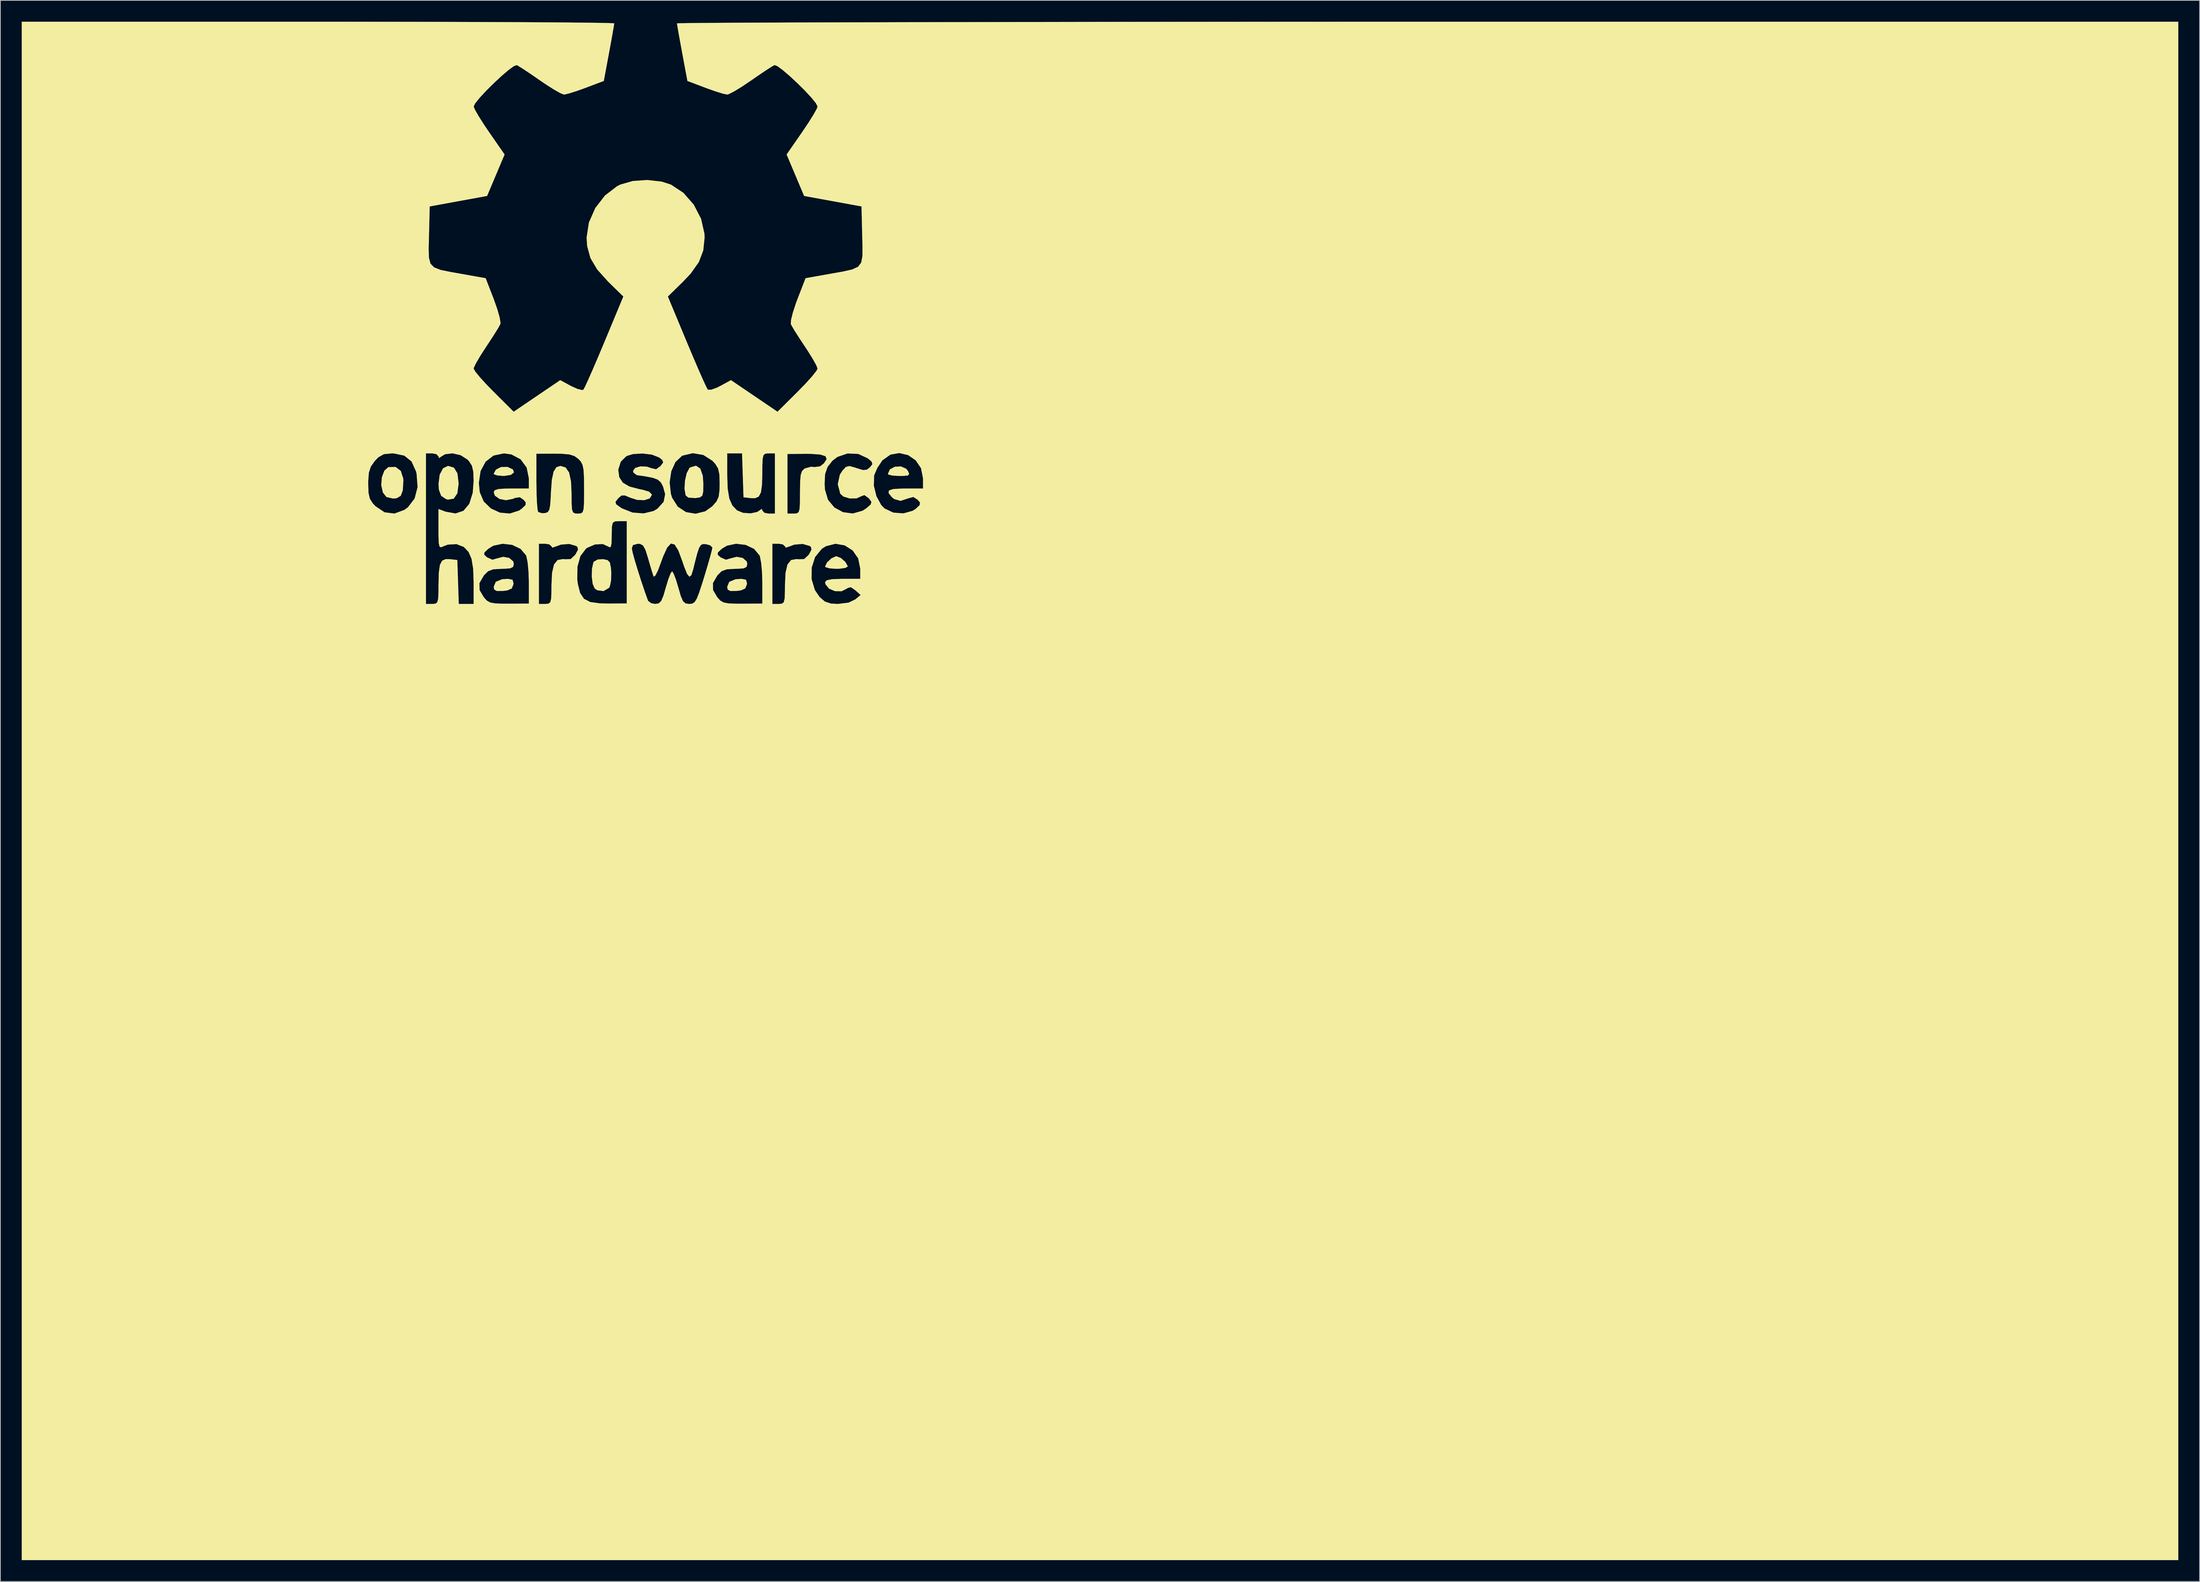
<source format=kicad_pcb>
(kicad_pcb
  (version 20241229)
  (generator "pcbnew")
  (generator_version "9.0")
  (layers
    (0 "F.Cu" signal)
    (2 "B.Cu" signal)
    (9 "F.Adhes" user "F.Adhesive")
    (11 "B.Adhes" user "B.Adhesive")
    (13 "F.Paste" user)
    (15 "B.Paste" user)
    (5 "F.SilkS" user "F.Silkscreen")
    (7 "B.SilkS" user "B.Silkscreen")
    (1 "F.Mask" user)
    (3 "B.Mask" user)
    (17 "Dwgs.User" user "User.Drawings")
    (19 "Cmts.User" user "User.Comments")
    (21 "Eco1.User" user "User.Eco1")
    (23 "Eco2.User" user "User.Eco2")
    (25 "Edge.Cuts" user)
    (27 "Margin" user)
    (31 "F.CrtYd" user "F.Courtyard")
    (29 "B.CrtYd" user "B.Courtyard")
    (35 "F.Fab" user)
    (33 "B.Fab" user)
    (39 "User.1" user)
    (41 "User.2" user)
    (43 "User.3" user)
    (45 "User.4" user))
  (footprint "openhardware"
    (layer "F.Cu")
    (at 151.347 107.955)
    (property "Reference" "openhardware" (at 0 0 0) (layer "F.SilkS") (effects (font (size 1.524 1.524) (thickness 0.3))))
    (attr through_hole)
    (fp_poly (pts (xy -83.084 -45.365) (xy -82.318 -45.014) (xy -82.177 -44.6) (xy -82.608 -44.252) (xy -83.558 -44.098) (xy -83.608 -44.097) (xy -84.492 -44.166) (xy -84.984 -44.337) (xy -85.019 -44.407) (xy -84.715 -44.985) (xy -83.985 -45.352) (xy -83.108 -45.371) (xy -83.084 -45.365)) (stroke (width 0.01) (type solid)) (fill yes) (layer "F.SilkS"))
    (fp_poly (pts (xy -82.381 -29.51) (xy -82.241 -29.018) (xy -82.261 -28.84) (xy -82.486 -28.285) (xy -83.089 -28.014) (xy -83.697 -27.936) (xy -84.575 -27.922) (xy -84.952 -28.13) (xy -85.019 -28.516) (xy -84.729 -29.216) (xy -83.844 -29.576) (xy -83.026 -29.633) (xy -82.381 -29.51)) (stroke (width 0.01) (type solid)) (fill yes) (layer "F.SilkS"))
    (fp_poly (pts (xy -49.573 -29.51) (xy -49.433 -29.018) (xy -49.453 -28.84) (xy -49.678 -28.285) (xy -50.28 -28.014) (xy -50.888 -27.936) (xy -51.767 -27.922) (xy -52.143 -28.13) (xy -52.211 -28.516) (xy -51.921 -29.216) (xy -51.035 -29.576) (xy -50.217 -29.633) (xy -49.573 -29.51)) (stroke (width 0.01) (type solid)) (fill yes) (layer "F.SilkS"))
    (fp_poly (pts (xy -27.066 -45.116) (xy -26.811 -44.803) (xy -26.639 -44.372) (xy -26.825 -44.165) (xy -27.511 -44.101) (xy -28.033 -44.097) (xy -28.985 -44.153) (xy -29.558 -44.294) (xy -29.633 -44.379) (xy -29.345 -45.027) (xy -28.651 -45.392) (xy -27.806 -45.434) (xy -27.066 -45.116)) (stroke (width 0.01) (type solid)) (fill yes) (layer "F.SilkS"))
    (fp_poly (pts (xy -98.082 -44.813) (xy -97.735 -43.748) (xy -97.719 -43.408) (xy -97.798 -42.075) (xy -98.083 -41.306) (xy -98.651 -40.97) (xy -99.176 -40.922) (xy -100.092 -41.138) (xy -100.594 -41.777) (xy -100.824 -42.8) (xy -100.737 -43.906) (xy -100.387 -44.837) (xy -99.837 -45.332) (xy -98.814 -45.369) (xy -98.082 -44.813)) (stroke (width 0.01) (type solid)) (fill yes) (layer "F.SilkS"))
    (fp_poly (pts (xy -36.236 -32.562) (xy -35.606 -32.008) (xy -35.281 -31.425) (xy -35.278 -31.372) (xy -35.593 -31.177) (xy -36.391 -31.059) (xy -36.865 -31.044) (xy -37.812 -31.11) (xy -38.38 -31.274) (xy -38.453 -31.372) (xy -38.18 -31.941) (xy -37.568 -32.512) (xy -36.924 -32.805) (xy -36.865 -32.808) (xy -36.236 -32.562)) (stroke (width 0.01) (type solid)) (fill yes) (layer "F.SilkS"))
    (fp_poly (pts (xy -90.604 -45.259) (xy -90.125 -44.473) (xy -89.959 -43.098) (xy -89.958 -42.981) (xy -90.132 -41.653) (xy -90.639 -40.908) (xy -91.453 -40.774) (xy -91.722 -40.846) (xy -92.402 -41.3) (xy -92.723 -42.16) (xy -92.775 -42.974) (xy -92.609 -44.284) (xy -92.142 -45.173) (xy -91.445 -45.508) (xy -91.428 -45.508) (xy -90.604 -45.259)) (stroke (width 0.01) (type solid)) (fill yes) (layer "F.SilkS"))
    (fp_poly (pts (xy -55.995 -45.138) (xy -55.644 -44.13) (xy -55.562 -43) (xy -55.582 -41.903) (xy -55.71 -41.326) (xy -56.053 -41.082) (xy -56.711 -40.988) (xy -57.688 -41.057) (xy -58.057 -41.388) (xy -58.209 -42.315) (xy -58.139 -43.448) (xy -57.892 -44.508) (xy -57.515 -45.212) (xy -57.415 -45.294) (xy -56.594 -45.538) (xy -55.995 -45.138)) (stroke (width 0.01) (type solid)) (fill yes) (layer "F.SilkS"))
    (fp_poly (pts (xy -69.017 -32.266) (xy -68.697 -31.931) (xy -68.553 -31.192) (xy -68.507 -30.576) (xy -68.524 -29.442) (xy -68.699 -28.584) (xy -68.814 -28.371) (xy -69.59 -27.913) (xy -70.471 -28.03) (xy -70.838 -28.293) (xy -71.11 -28.929) (xy -71.239 -29.949) (xy -71.213 -31.043) (xy -71.025 -31.903) (xy -70.953 -32.043) (xy -70.403 -32.355) (xy -69.635 -32.396) (xy -69.017 -32.266)) (stroke (width 0.01) (type solid)) (fill yes) (layer "F.SilkS"))
    (fp_poly (pts (xy -104.358 -107.948) (xy -99.201 -107.942) (xy -94.289 -107.933) (xy -89.664 -107.921) (xy -85.37 -107.906) (xy -81.449 -107.888) (xy -77.947 -107.868) (xy -74.905 -107.845) (xy -72.369 -107.82) (xy -70.38 -107.794) (xy -68.983 -107.766) (xy -68.221 -107.737) (xy -68.086 -107.718) (xy -68.147 -107.298) (xy -68.313 -106.333) (xy -68.557 -104.973) (xy -68.819 -103.556) (xy -69.551 -99.626) (xy -72.082 -98.667) (xy -73.369 -98.205) (xy -74.444 -97.867) (xy -75.101 -97.716) (xy -75.151 -97.713) (xy -75.659 -97.909) (xy -76.581 -98.431) (xy -77.765 -99.188) (xy -78.502 -99.693) (xy -79.762 -100.563) (xy -80.837 -101.28) (xy -81.575 -101.745) (xy -81.787 -101.859) (xy -82.205 -101.7) (xy -82.97 -101.137) (xy -83.956 -100.29) (xy -85.04 -99.281) (xy -86.096 -98.229) (xy -86.998 -97.255) (xy -87.621 -96.479) (xy -87.842 -96.033) (xy -87.65 -95.566) (xy -87.132 -94.665) (xy -86.373 -93.471) (xy -85.667 -92.427) (xy -83.492 -89.288) (xy -84.721 -86.374) (xy -85.95 -83.46) (xy -89.982 -82.723) (xy -94.015 -81.985) (xy -94.115 -77.876) (xy -94.161 -76.055) (xy -94.126 -74.787) (xy -93.906 -73.948) (xy -93.395 -73.415) (xy -92.49 -73.064) (xy -91.086 -72.773) (xy -89.554 -72.503) (xy -86.152 -71.897) (xy -85.012 -68.95) (xy -84.525 -67.573) (xy -84.192 -66.404) (xy -84.063 -65.626) (xy -84.082 -65.458) (xy -84.366 -64.932) (xy -84.945 -63.993) (xy -85.715 -62.807) (xy -86.066 -62.282) (xy -86.858 -61.06) (xy -87.468 -60.025) (xy -87.804 -59.337) (xy -87.842 -59.186) (xy -87.604 -58.763) (xy -86.959 -57.971) (xy -86.01 -56.93) (xy -85.028 -55.924) (xy -82.214 -53.126) (xy -78.943 -55.346) (xy -75.671 -57.566) (xy -74.186 -56.756) (xy -73.265 -56.334) (xy -72.596 -56.174) (xy -72.422 -56.218) (xy -72.206 -56.615) (xy -71.768 -57.561) (xy -71.154 -58.95) (xy -70.41 -60.68) (xy -69.583 -62.646) (xy -69.474 -62.906) (xy -66.805 -69.321) (xy -68.964 -71.437) (xy -70.483 -73.131) (xy -71.431 -74.731) (xy -71.89 -76.41) (xy -71.967 -77.611) (xy -71.642 -79.733) (xy -70.744 -81.762) (xy -69.387 -83.52) (xy -67.687 -84.826) (xy -67.224 -85.06) (xy -65.47 -85.561) (xy -63.433 -85.7) (xy -61.434 -85.476) (xy -60.129 -85.06) (xy -58.36 -83.894) (xy -56.908 -82.232) (xy -55.885 -80.253) (xy -55.407 -78.137) (xy -55.386 -77.611) (xy -55.576 -75.792) (xy -56.2 -74.16) (xy -57.342 -72.546) (xy -58.389 -71.437) (xy -60.548 -69.321) (xy -57.879 -62.906) (xy -57.043 -60.918) (xy -56.287 -59.153) (xy -55.654 -57.714) (xy -55.191 -56.707) (xy -54.944 -56.235) (xy -54.931 -56.218) (xy -54.486 -56.213) (xy -53.669 -56.505) (xy -53.167 -56.756) (xy -51.682 -57.566) (xy -48.41 -55.346) (xy -45.139 -53.126) (xy -42.325 -55.924) (xy -41.196 -57.085) (xy -40.283 -58.099) (xy -39.689 -58.847) (xy -39.511 -59.186) (xy -39.699 -59.671) (xy -40.2 -60.574) (xy -40.923 -61.734) (xy -41.286 -62.282) (xy -42.105 -63.521) (xy -42.777 -64.583) (xy -43.196 -65.301) (xy -43.271 -65.458) (xy -43.243 -66.015) (xy -42.991 -67.04) (xy -42.563 -68.351) (xy -42.34 -68.95) (xy -41.201 -71.897) (xy -37.798 -72.503) (xy -35.925 -72.835) (xy -34.634 -73.129) (xy -33.821 -73.507) (xy -33.38 -74.095) (xy -33.208 -75.014) (xy -33.199 -76.388) (xy -33.238 -77.876) (xy -33.337 -81.985) (xy -37.37 -82.723) (xy -41.403 -83.46) (xy -42.632 -86.374) (xy -43.861 -89.288) (xy -41.686 -92.427) (xy -40.796 -93.752) (xy -40.083 -94.893) (xy -39.629 -95.711) (xy -39.511 -96.033) (xy -39.752 -96.508) (xy -40.391 -97.295) (xy -41.302 -98.276) (xy -42.362 -99.328) (xy -43.444 -100.333) (xy -44.423 -101.169) (xy -45.175 -101.716) (xy -45.566 -101.859) (xy -46.046 -101.582) (xy -46.949 -100.995) (xy -48.122 -100.199) (xy -48.85 -99.693) (xy -50.114 -98.843) (xy -51.205 -98.175) (xy -51.97 -97.781) (xy -52.202 -97.713) (xy -52.777 -97.83) (xy -53.802 -98.144) (xy -55.07 -98.591) (xy -55.271 -98.667) (xy -57.802 -99.626) (xy -58.534 -103.556) (xy -58.826 -105.143) (xy -59.063 -106.465) (xy -59.218 -107.376) (xy -59.267 -107.718) (xy -58.918 -107.737) (xy -57.892 -107.756) (xy -56.215 -107.774) (xy -53.914 -107.791) (xy -51.016 -107.808) (xy -47.55 -107.824) (xy -43.542 -107.84) (xy -39.02 -107.854) (xy -34.01 -107.868) (xy -28.541 -107.881) (xy -22.64 -107.893) (xy -16.333 -107.905) (xy -9.649 -107.915) (xy -2.614 -107.924) (xy 4.744 -107.931) (xy 12.398 -107.938) (xy 20.321 -107.943) (xy 28.484 -107.947) (xy 36.862 -107.949) (xy 45.426 -107.95) (xy 46.214 -107.95) (xy 151.694 -107.95) (xy 151.694 108.303) (xy -151.342 108.303) (xy -151.342 -42.985) (xy -102.658 -42.985) (xy -102.615 -41.725) (xy -102.428 -40.901) (xy -102.01 -40.244) (xy -101.627 -39.837) (xy -100.352 -38.985) (xy -98.971 -38.812) (xy -97.581 -39.321) (xy -97.071 -39.694) (xy -96.13 -40.928) (xy -95.716 -42.538) (xy -95.856 -44.4) (xy -95.941 -44.75) (xy -96.565 -46.133) (xy -97.579 -46.954) (xy -99.056 -47.266) (xy -99.354 -47.272) (xy -94.544 -47.272) (xy -94.544 -26.106) (xy -93.662 -26.106) (xy -93.22 -26.137) (xy -92.957 -26.33) (xy -92.826 -26.829) (xy -92.781 -27.782) (xy -92.775 -28.84) (xy -92.733 -30.511) (xy -92.582 -31.59) (xy -92.272 -32.186) (xy -91.752 -32.41) (xy -91.155 -32.396) (xy -90.135 -32.279) (xy -90.033 -29.192) (xy -89.931 -26.106) (xy -87.842 -26.106) (xy -87.842 -29.037) (xy -87.026 -29.037) (xy -87.009 -28.057) (xy -86.412 -27.044) (xy -85.995 -26.582) (xy -85.522 -26.309) (xy -84.805 -26.178) (xy -83.661 -26.141) (xy -82.884 -26.142) (xy -80.081 -26.161) (xy -80.081 -29.115) (xy -80.127 -30.601) (xy -80.249 -31.906) (xy -80.423 -32.797) (xy -80.472 -32.929) (xy -81.243 -33.848) (xy -82.418 -34.409) (xy -83.768 -34.571) (xy -85.069 -34.296) (xy -85.774 -33.867) (xy -86.324 -33.353) (xy -86.359 -33.025) (xy -85.941 -32.646) (xy -85.197 -32.32) (xy -84.585 -32.499) (xy -83.679 -32.731) (xy -82.828 -32.567) (xy -82.28 -32.086) (xy -82.197 -31.743) (xy -82.294 -31.321) (xy -82.698 -31.112) (xy -83.585 -31.047) (xy -83.936 -31.044) (xy -85.083 -30.977) (xy -85.81 -30.707) (xy -86.395 -30.127) (xy -86.405 -30.115) (xy -87.026 -29.037) (xy -87.842 -29.037) (xy -87.842 -29.127) (xy -87.909 -31.067) (xy -88.136 -32.452) (xy -88.561 -33.423) (xy -89.222 -34.12) (xy -90.249 -34.516) (xy -91.468 -34.448) (xy -92.098 -34.207) (xy -92.437 -34.069) (xy -92.64 -34.185) (xy -92.72 -34.572) (xy -78.669 -34.572) (xy -78.669 -26.106) (xy -77.787 -26.106) (xy -77.334 -26.14) (xy -77.071 -26.343) (xy -76.946 -26.865) (xy -76.908 -27.857) (xy -76.906 -28.684) (xy -76.866 -29.524) (xy -73.28 -29.524) (xy -73.195 -28.89) (xy -72.876 -27.641) (xy -72.338 -26.831) (xy -71.449 -26.374) (xy -70.076 -26.185) (xy -68.992 -26.164) (xy -66.322 -26.175) (xy -66.322 -33.933) (xy -65.617 -33.933) (xy -65.509 -33.369) (xy -65.219 -32.306) (xy -64.799 -30.91) (xy -64.301 -29.347) (xy -63.775 -27.784) (xy -63.333 -26.547) (xy -62.894 -26.206) (xy -62.316 -26.106) (xy -61.834 -26.184) (xy -61.485 -26.521) (xy -61.171 -27.264) (xy -60.841 -28.399) (xy -60.493 -29.552) (xy -60.177 -30.375) (xy -59.96 -30.692) (xy -59.959 -30.692) (xy -59.743 -30.379) (xy -59.427 -29.558) (xy -59.079 -28.406) (xy -59.077 -28.399) (xy -58.719 -27.171) (xy -58.413 -26.48) (xy -58.059 -26.175) (xy -57.554 -26.106) (xy -57.535 -26.106) (xy -57.121 -26.149) (xy -56.793 -26.357) (xy -56.486 -26.846) (xy -56.138 -27.731) (xy -55.713 -29.037) (xy -54.217 -29.037) (xy -54.2 -28.057) (xy -53.604 -27.044) (xy -53.187 -26.582) (xy -52.713 -26.309) (xy -51.997 -26.178) (xy -50.852 -26.141) (xy -50.076 -26.142) (xy -47.272 -26.161) (xy -47.272 -29.115) (xy -47.318 -30.601) (xy -47.44 -31.906) (xy -47.614 -32.797) (xy -47.664 -32.929) (xy -48.435 -33.848) (xy -49.609 -34.409) (xy -50.96 -34.571) (xy -52.26 -34.296) (xy -52.966 -33.867) (xy -53.515 -33.353) (xy -53.551 -33.025) (xy -53.133 -32.646) (xy -52.389 -32.32) (xy -51.777 -32.499) (xy -50.871 -32.731) (xy -50.02 -32.567) (xy -49.472 -32.086) (xy -49.389 -31.743) (xy -49.485 -31.321) (xy -49.89 -31.112) (xy -50.777 -31.047) (xy -51.127 -31.044) (xy -52.274 -30.977) (xy -53.001 -30.707) (xy -53.587 -30.127) (xy -53.597 -30.115) (xy -54.217 -29.037) (xy -55.713 -29.037) (xy -55.684 -29.128) (xy -55.445 -29.898) (xy -54.978 -31.449) (xy -54.602 -32.76) (xy -54.36 -33.68) (xy -54.291 -34.043) (xy -54.606 -34.348) (xy -55.179 -34.506) (xy -55.596 -34.529) (xy -55.903 -34.398) (xy -56.159 -33.996) (xy -56.426 -33.205) (xy -56.761 -31.907) (xy -56.993 -30.953) (xy -57.249 -30.149) (xy -57.519 -29.928) (xy -57.844 -30.32) (xy -58.262 -31.355) (xy -58.518 -32.121) (xy -59.086 -33.642) (xy -59.607 -34.469) (xy -60.005 -34.572) (xy -45.861 -34.572) (xy -45.861 -26.106) (xy -44.979 -26.106) (xy -44.526 -26.14) (xy -44.263 -26.343) (xy -44.138 -26.865) (xy -44.1 -27.857) (xy -44.097 -28.684) (xy -44.055 -29.591) (xy -40.353 -29.591) (xy -39.89 -28.054) (xy -39.222 -27.076) (xy -38.477 -26.438) (xy -37.616 -26.157) (xy -36.662 -26.106) (xy -35.159 -26.288) (xy -34.231 -26.731) (xy -33.458 -27.357) (xy -34.2 -28.028) (xy -34.834 -28.459) (xy -35.29 -28.346) (xy -35.357 -28.284) (xy -36.138 -27.891) (xy -37.071 -27.908) (xy -37.91 -28.263) (xy -38.406 -28.885) (xy -38.453 -29.175) (xy -38.224 -29.436) (xy -37.48 -29.583) (xy -36.13 -29.633) (xy -35.983 -29.633) (xy -33.514 -29.633) (xy -33.514 -31.072) (xy -33.808 -32.518) (xy -34.589 -33.635) (xy -35.705 -34.344) (xy -37.004 -34.567) (xy -38.333 -34.226) (xy -38.926 -33.848) (xy -39.862 -32.696) (xy -40.341 -31.208) (xy -40.353 -29.591) (xy -44.055 -29.591) (xy -44.013 -30.479) (xy -43.737 -31.654) (xy -43.235 -32.277) (xy -42.472 -32.417) (xy -42.22 -32.381) (xy -41.399 -32.412) (xy -40.779 -32.986) (xy -40.716 -33.079) (xy -40.36 -33.749) (xy -40.449 -34.127) (xy -40.62 -34.258) (xy -41.603 -34.543) (xy -42.78 -34.446) (xy -43.415 -34.207) (xy -43.976 -34.022) (xy -44.097 -34.207) (xy -44.399 -34.482) (xy -44.979 -34.572) (xy -45.861 -34.572) (xy -60.005 -34.572) (xy -60.115 -34.601) (xy -60.641 -34.037) (xy -61.217 -32.775) (xy -61.489 -32.015) (xy -61.941 -30.815) (xy -62.306 -30.094) (xy -62.536 -29.943) (xy -62.561 -29.986) (xy -62.762 -30.6) (xy -63.073 -31.638) (xy -63.332 -32.544) (xy -63.693 -33.692) (xy -64.024 -34.307) (xy -64.435 -34.545) (xy -64.76 -34.572) (xy -65.454 -34.382) (xy -65.617 -33.933) (xy -66.322 -33.933) (xy -66.322 -37.747) (xy -67.381 -37.747) (xy -67.978 -37.717) (xy -68.293 -37.511) (xy -68.417 -36.961) (xy -68.439 -35.894) (xy -68.439 -35.736) (xy -68.47 -34.612) (xy -68.582 -34.096) (xy -68.799 -34.092) (xy -68.862 -34.149) (xy -69.69 -34.528) (xy -70.784 -34.471) (xy -71.876 -34.002) (xy -72.065 -33.865) (xy -72.841 -32.835) (xy -73.258 -31.335) (xy -73.28 -29.524) (xy -76.866 -29.524) (xy -76.821 -30.479) (xy -76.545 -31.654) (xy -76.043 -32.277) (xy -75.281 -32.417) (xy -75.028 -32.381) (xy -74.208 -32.412) (xy -73.588 -32.986) (xy -73.525 -33.079) (xy -73.168 -33.749) (xy -73.258 -34.127) (xy -73.429 -34.258) (xy -74.411 -34.543) (xy -75.588 -34.446) (xy -76.223 -34.207) (xy -76.785 -34.022) (xy -76.906 -34.207) (xy -77.207 -34.482) (xy -77.787 -34.572) (xy -78.669 -34.572) (xy -92.72 -34.572) (xy -92.742 -34.679) (xy -92.777 -35.675) (xy -92.781 -36.646) (xy -92.781 -39.45) (xy -91.784 -39.074) (xy -90.387 -38.823) (xy -89.267 -39.201) (xy -88.451 -40.178) (xy -87.969 -41.722) (xy -87.862 -43.12) (xy -87.113 -43.12) (xy -86.987 -41.825) (xy -86.429 -40.513) (xy -85.42 -39.526) (xy -84.137 -38.937) (xy -82.758 -38.814) (xy -81.46 -39.23) (xy -81.09 -39.488) (xy -80.544 -40.006) (xy -80.518 -40.383) (xy -80.817 -40.742) (xy -81.349 -41.108) (xy -81.988 -41.023) (xy -82.316 -40.884) (xy -83.274 -40.69) (xy -84.2 -40.865) (xy -84.854 -41.328) (xy -85.019 -41.797) (xy -84.88 -42.087) (xy -84.374 -42.254) (xy -83.369 -42.325) (xy -82.55 -42.333) (xy -80.081 -42.333) (xy -80.081 -43.772) (xy -80.392 -45.289) (xy -81.252 -46.447) (xy -82.548 -47.132) (xy -83.228 -47.223) (xy -79.022 -47.223) (xy -79.022 -43.249) (xy -79.001 -41.639) (xy -78.944 -40.295) (xy -78.86 -39.37) (xy -78.772 -39.026) (xy -78.254 -38.865) (xy -77.802 -38.879) (xy -77.438 -39.001) (xy -77.211 -39.336) (xy -77.079 -40.033) (xy -77 -41.238) (xy -76.978 -41.787) (xy -76.851 -43.552) (xy -76.605 -44.702) (xy -76.211 -45.325) (xy -75.653 -45.508) (xy -74.915 -45.287) (xy -74.426 -44.577) (xy -74.158 -43.311) (xy -74.083 -41.603) (xy -74.074 -40.21) (xy -74.015 -39.379) (xy -73.86 -38.965) (xy -73.565 -38.821) (xy -73.201 -38.806) (xy -72.798 -38.828) (xy -72.542 -38.98) (xy -72.398 -39.394) (xy -72.336 -40.198) (xy -72.332 -40.463) (xy -67.904 -40.463) (xy -67.828 -40.124) (xy -67.248 -39.697) (xy -66.978 -39.531) (xy -65.521 -38.953) (xy -63.964 -38.831) (xy -62.561 -39.167) (xy -62.003 -39.503) (xy -61.137 -40.464) (xy -60.931 -41.545) (xy -61.227 -42.615) (xy -61.527 -43.187) (xy -61.54 -43.199) (xy -60.301 -43.199) (xy -60.127 -41.591) (xy -59.954 -41.033) (xy -59.157 -39.775) (xy -57.999 -39.014) (xy -56.651 -38.787) (xy -55.286 -39.129) (xy -54.301 -39.837) (xy -53.715 -40.506) (xy -53.405 -41.185) (xy -53.285 -42.135) (xy -53.269 -43.039) (xy -53.309 -44.311) (xy -53.484 -45.14) (xy -53.878 -45.787) (xy -54.301 -46.241) (xy -55.561 -47.048) (xy -56.855 -47.272) (xy -52.211 -47.272) (xy -52.211 -44.25) (xy -52.144 -42.311) (xy -51.917 -40.926) (xy -51.491 -39.954) (xy -50.831 -39.258) (xy -49.986 -38.914) (xy -48.927 -38.837) (xy -48 -39.031) (xy -47.696 -39.229) (xy -47.346 -39.474) (xy -47.272 -39.229) (xy -46.971 -38.911) (xy -46.39 -38.806) (xy -45.508 -38.806) (xy -45.508 -47.187) (xy -43.744 -47.187) (xy -43.744 -38.806) (xy -42.862 -38.806) (xy -42.435 -38.833) (xy -42.174 -39.01) (xy -42.039 -39.475) (xy -41.988 -40.369) (xy -41.981 -41.792) (xy -41.966 -42.981) (xy -38.523 -42.981) (xy -38.473 -42.17) (xy -38.051 -40.747) (xy -37.151 -39.666) (xy -35.933 -39) (xy -34.561 -38.821) (xy -33.196 -39.204) (xy -32.661 -39.551) (xy -32.048 -40.084) (xy -31.945 -40.459) (xy -32.289 -40.933) (xy -32.323 -40.971) (xy -32.928 -41.406) (xy -33.294 -41.283) (xy -34.03 -40.949) (xy -35.008 -40.938) (xy -35.899 -41.213) (xy -36.324 -41.605) (xy -36.616 -42.731) (xy -31.608 -42.731) (xy -31.244 -41.254) (xy -30.566 -40.003) (xy -30.106 -39.53) (xy -28.87 -38.944) (xy -27.45 -38.835) (xy -26.136 -39.204) (xy -25.704 -39.488) (xy -25.157 -40.004) (xy -25.129 -40.377) (xy -25.447 -40.758) (xy -26.062 -41.146) (xy -26.747 -40.957) (xy -27.861 -40.594) (xy -28.768 -40.861) (xy -29.079 -41.124) (xy -29.532 -41.692) (xy -29.487 -42.056) (xy -28.88 -42.256) (xy -27.652 -42.33) (xy -27.164 -42.333) (xy -24.694 -42.333) (xy -24.694 -43.772) (xy -24.978 -45.192) (xy -25.727 -46.299) (xy -26.791 -47.029) (xy -28.02 -47.318) (xy -29.264 -47.103) (xy -30.371 -46.318) (xy -30.454 -46.222) (xy -31.112 -45.238) (xy -31.542 -44.231) (xy -31.565 -44.135) (xy -31.608 -42.731) (xy -36.616 -42.731) (xy -36.671 -42.945) (xy -36.378 -44.281) (xy -36.018 -44.847) (xy -35.529 -45.364) (xy -35.043 -45.491) (xy -34.264 -45.283) (xy -34.039 -45.202) (xy -33.139 -44.929) (xy -32.595 -44.97) (xy -32.152 -45.312) (xy -31.804 -45.757) (xy -31.927 -46.126) (xy -32.456 -46.576) (xy -33.794 -47.198) (xy -35.295 -47.26) (xy -36.714 -46.78) (xy -37.422 -46.241) (xy -38.11 -45.367) (xy -38.459 -44.352) (xy -38.523 -42.981) (xy -41.966 -42.981) (xy -41.962 -43.275) (xy -41.884 -44.211) (xy -41.713 -44.757) (xy -41.416 -45.071) (xy -41.262 -45.163) (xy -40.419 -45.391) (xy -39.91 -45.347) (xy -39.159 -45.448) (xy -38.614 -45.878) (xy -38.238 -46.469) (xy -38.395 -46.872) (xy -39.133 -47.11) (xy -40.499 -47.207) (xy -41.352 -47.21) (xy -43.744 -47.187) (xy -45.508 -47.187) (xy -45.508 -47.272) (xy -46.39 -47.272) (xy -46.833 -47.241) (xy -47.096 -47.048) (xy -47.226 -46.548) (xy -47.271 -45.596) (xy -47.278 -44.538) (xy -47.319 -42.867) (xy -47.47 -41.788) (xy -47.781 -41.192) (xy -48.301 -40.968) (xy -48.898 -40.982) (xy -49.918 -41.099) (xy -50.02 -44.185) (xy -50.122 -47.272) (xy -52.211 -47.272) (xy -56.855 -47.272) (xy -57.034 -47.303) (xy -58.468 -46.966) (xy -58.581 -46.909) (xy -59.481 -46.059) (xy -60.07 -44.755) (xy -60.301 -43.199) (xy -61.54 -43.199) (xy -61.954 -43.574) (xy -62.664 -43.842) (xy -63.815 -44.061) (xy -64.911 -44.214) (xy -65.381 -44.56) (xy -65.44 -44.808) (xy -65.141 -45.227) (xy -64.413 -45.441) (xy -63.516 -45.41) (xy -62.856 -45.189) (xy -62.201 -45.037) (xy -61.596 -45.469) (xy -61.582 -45.484) (xy -61.204 -45.993) (xy -61.336 -46.357) (xy -61.792 -46.707) (xy -62.781 -47.095) (xy -64.109 -47.256) (xy -65.444 -47.178) (xy -66.362 -46.898) (xy -67.168 -46.105) (xy -67.523 -44.981) (xy -67.379 -43.916) (xy -66.872 -43.149) (xy -65.951 -42.61) (xy -64.486 -42.227) (xy -64.117 -42.163) (xy -63.178 -41.885) (xy -62.797 -41.479) (xy -62.794 -41.442) (xy -63.094 -40.941) (xy -63.851 -40.695) (xy -64.855 -40.731) (xy -65.796 -41.029) (xy -66.598 -41.365) (xy -67.076 -41.348) (xy -67.525 -40.958) (xy -67.561 -40.918) (xy -67.904 -40.463) (xy -72.332 -40.463) (xy -72.32 -41.523) (xy -72.319 -42.272) (xy -72.334 -43.895) (xy -72.398 -44.974) (xy -72.542 -45.67) (xy -72.797 -46.144) (xy -73.118 -46.489) (xy -73.675 -46.897) (xy -74.391 -47.125) (xy -75.471 -47.22) (xy -76.47 -47.231) (xy -79.022 -47.223) (xy -83.228 -47.223) (xy -83.597 -47.272) (xy -85.049 -46.965) (xy -86.158 -46.107) (xy -86.866 -44.793) (xy -87.113 -43.12) (xy -87.862 -43.12) (xy -87.842 -43.39) (xy -87.889 -44.688) (xy -88.079 -45.531) (xy -88.482 -46.166) (xy -88.708 -46.406) (xy -89.668 -47.018) (xy -90.81 -47.278) (xy -91.858 -47.153) (xy -92.357 -46.849) (xy -92.707 -46.603) (xy -92.781 -46.849) (xy -93.082 -47.167) (xy -93.662 -47.272) (xy -94.544 -47.272) (xy -99.354 -47.272) (xy -100.457 -47.162) (xy -101.242 -46.719) (xy -101.745 -46.187) (xy -102.289 -45.409) (xy -102.565 -44.56) (xy -102.656 -43.36) (xy -102.658 -42.985) (xy -151.342 -42.985) (xy -151.342 -107.95) (xy -109.714 -107.95) (xy -104.358 -107.948)) (stroke (width 0.01) (type solid)) (fill yes) (layer "F.SilkS")))
  (gr_rect
    (start -3 -3)
    (end 306.046 219.263)
    (stroke (width 0.1) (type default))
    (fill no)
    (layer "Edge.Cuts")))
</source>
